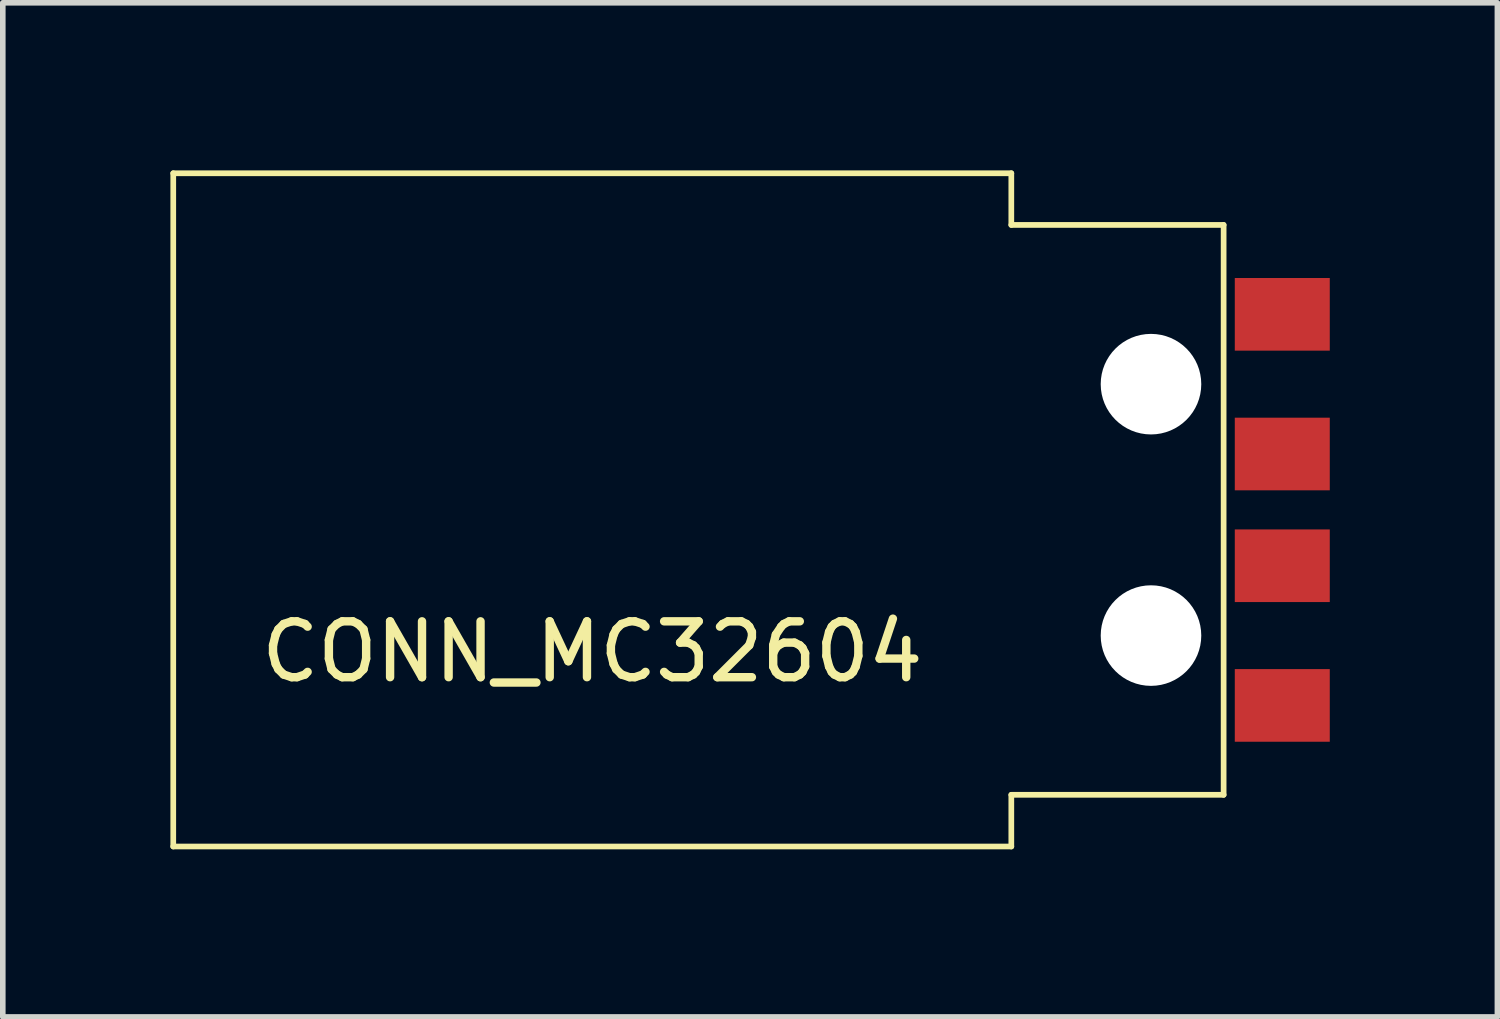
<source format=kicad_pcb>
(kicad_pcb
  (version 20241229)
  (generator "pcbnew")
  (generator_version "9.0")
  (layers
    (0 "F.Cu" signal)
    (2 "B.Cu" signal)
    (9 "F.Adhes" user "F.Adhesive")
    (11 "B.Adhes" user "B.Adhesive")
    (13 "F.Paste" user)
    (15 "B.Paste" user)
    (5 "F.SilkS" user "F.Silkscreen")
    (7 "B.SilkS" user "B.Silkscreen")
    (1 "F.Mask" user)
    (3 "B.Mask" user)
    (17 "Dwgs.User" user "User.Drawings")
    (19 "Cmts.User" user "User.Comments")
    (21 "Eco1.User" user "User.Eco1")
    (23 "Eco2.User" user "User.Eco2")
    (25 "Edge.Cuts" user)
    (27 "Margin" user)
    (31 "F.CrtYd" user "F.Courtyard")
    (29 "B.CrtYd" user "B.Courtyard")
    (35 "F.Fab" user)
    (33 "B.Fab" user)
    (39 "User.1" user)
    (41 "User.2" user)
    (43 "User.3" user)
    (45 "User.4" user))
  (footprint "CONN_MC32604"
    (layer "F.Cu")
    (at 17.551 6.076)
    (property "Reference" "CONN_MC32604" (at -10 2.54 0) (layer "F.SilkS") (effects (font (size 1 1) (thickness 0.15))))
    (attr through_hole)
    (fp_line (start -17.5 -6.025) (end -17.5 6.025) (stroke (width 0.102) (type solid)) (layer "F.SilkS"))
    (fp_line (start -17.5 6.025) (end -2.5 6.025) (stroke (width 0.102) (type solid)) (layer "F.SilkS"))
    (fp_line (start -2.5 -6.025) (end -17.5 -6.025) (stroke (width 0.102) (type solid)) (layer "F.SilkS"))
    (fp_line (start -2.5 -6.025) (end -2.5 -5.1) (stroke (width 0.102) (type solid)) (layer "F.SilkS"))
    (fp_line (start -2.5 -5.1) (end 1.3 -5.1) (stroke (width 0.102) (type solid)) (layer "F.SilkS"))
    (fp_line (start -2.5 5.1) (end 1.3 5.1) (stroke (width 0.102) (type solid)) (layer "F.SilkS"))
    (fp_line (start -2.5 6.025) (end -2.5 5.1) (stroke (width 0.102) (type solid)) (layer "F.SilkS"))
    (fp_line (start 1.3 -5.1) (end 1.3 5.1) (stroke (width 0.102) (type solid)) (layer "F.SilkS"))
    (pad "" np_thru_hole circle (at 0 -2.25) (size 1.8 1.8) (drill 1.8) (layers "*.Cu" "*.Mask"))
    (pad "" np_thru_hole circle (at 0 2.25) (size 1.8 1.8) (drill 1.8) (layers "*.Cu" "*.Mask"))
    (pad "1" smd rect (at 2.35 3.5) (size 1.7 1.3) (layers "F.Cu" "F.Mask" "F.Paste"))
    (pad "2" smd rect (at 2.35 1) (size 1.7 1.3) (layers "F.Cu" "F.Mask" "F.Paste"))
    (pad "3" smd rect (at 2.35 -1) (size 1.7 1.3) (layers "F.Cu" "F.Mask" "F.Paste"))
    (pad "4" smd rect (at 2.35 -3.5) (size 1.7 1.3) (layers "F.Cu" "F.Mask" "F.Paste")))
  (gr_rect
    (start -3 -3)
    (end 23.751 15.152)
    (stroke (width 0.1) (type default))
    (fill no)
    (layer "Edge.Cuts")))
</source>
